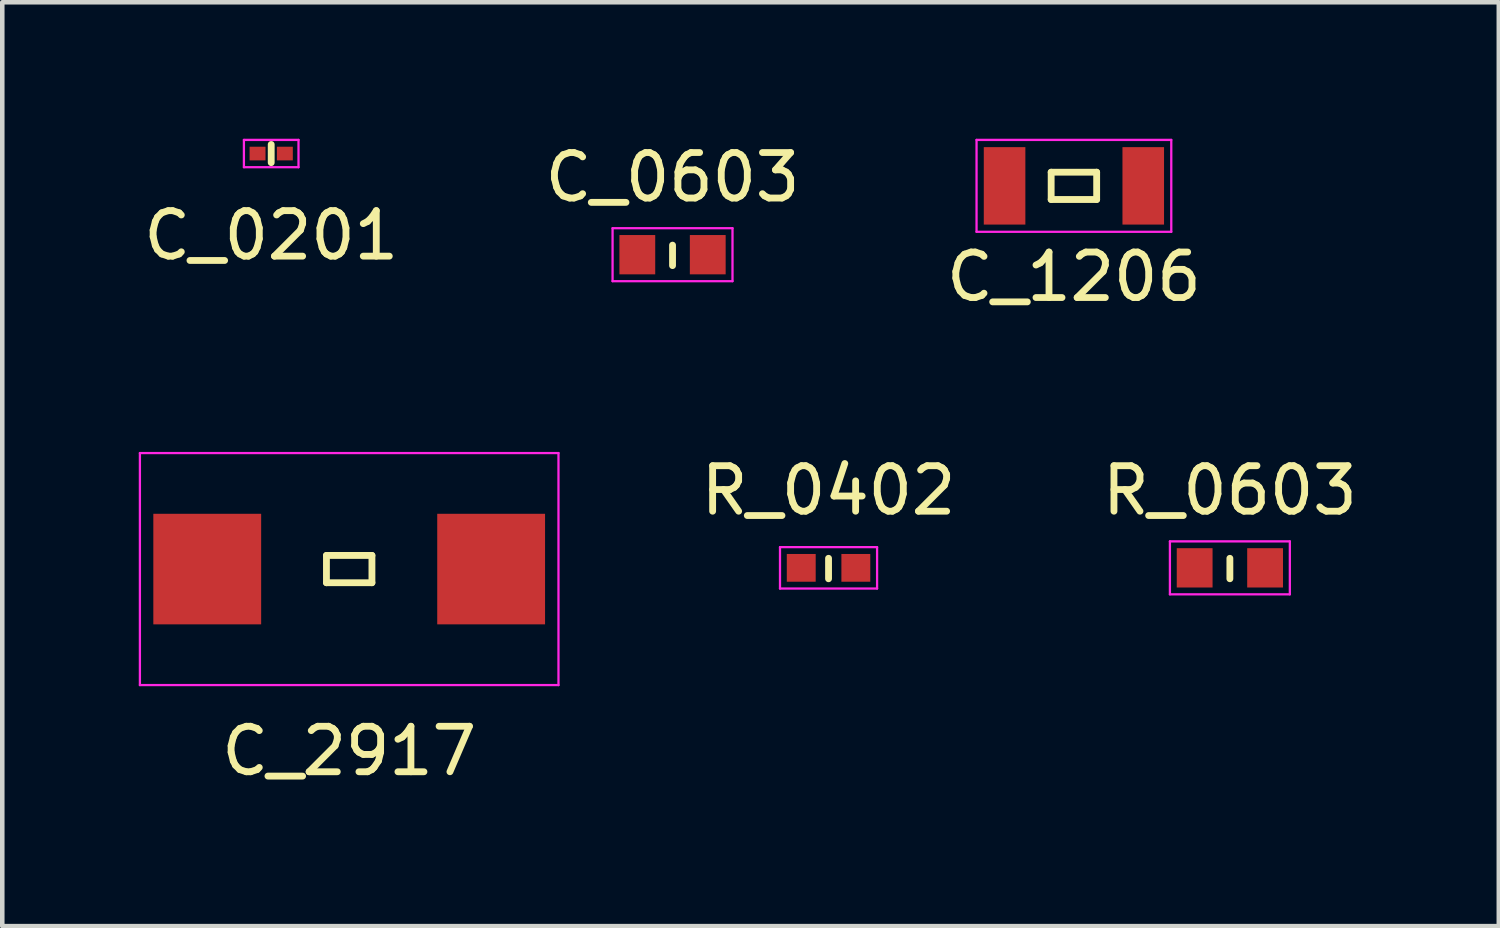
<source format=kicad_pcb>
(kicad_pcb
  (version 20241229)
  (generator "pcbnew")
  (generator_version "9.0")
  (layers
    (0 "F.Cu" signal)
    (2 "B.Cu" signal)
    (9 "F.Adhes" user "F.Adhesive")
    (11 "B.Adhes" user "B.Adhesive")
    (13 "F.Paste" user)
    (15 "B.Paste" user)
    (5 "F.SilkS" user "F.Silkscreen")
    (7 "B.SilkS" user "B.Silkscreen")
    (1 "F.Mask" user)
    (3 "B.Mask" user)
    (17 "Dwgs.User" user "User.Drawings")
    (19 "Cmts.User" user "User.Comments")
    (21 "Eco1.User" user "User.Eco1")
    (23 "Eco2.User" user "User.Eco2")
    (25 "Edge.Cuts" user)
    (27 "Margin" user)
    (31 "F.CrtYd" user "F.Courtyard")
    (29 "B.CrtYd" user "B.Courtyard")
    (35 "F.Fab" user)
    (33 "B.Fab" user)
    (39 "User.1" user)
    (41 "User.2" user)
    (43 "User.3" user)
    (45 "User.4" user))
  (footprint "R_0603"
    (layer "F.Cu")
    (at 23.982 9.431)
    (property "Reference" "R_0603" (at 0 -1.7 0) (layer "F.SilkS") (effects (font (size 1 1) (thickness 0.15))))
    (attr smd)
    (fp_line (start 0 -0.21) (end 0 0.24) (stroke (width 0.15) (type solid)) (layer "F.SilkS"))
    (fp_line (start -1.318 -0.582) (end -1.318 0.582) (stroke (width 0.05) (type solid)) (layer "F.CrtYd"))
    (fp_line (start -1.318 -0.582) (end 1.318 -0.582) (stroke (width 0.05) (type solid)) (layer "F.CrtYd"))
    (fp_line (start -1.318 0.582) (end 1.318 0.582) (stroke (width 0.05) (type solid)) (layer "F.CrtYd"))
    (fp_line (start 1.318 -0.582) (end 1.318 0.582) (stroke (width 0.05) (type solid)) (layer "F.CrtYd"))
    (pad "1" smd rect (at -0.774 0) (size 0.787 0.864) (layers "F.Cu" "F.Mask" "F.Paste"))
    (pad "2" smd rect (at 0.774 0) (size 0.787 0.864) (layers "F.Cu" "F.Mask" "F.Paste")))
  (footprint "R_0402"
    (layer "F.Cu")
    (at 15.161 9.431)
    (property "Reference" "R_0402" (at 0 -1.7 0) (layer "F.SilkS") (effects (font (size 1 1) (thickness 0.15))))
    (attr smd)
    (fp_line (start 0 -0.21) (end 0 0.24) (stroke (width 0.15) (type solid)) (layer "F.SilkS"))
    (fp_line (start -1.067 -0.455) (end -1.067 0.455) (stroke (width 0.05) (type solid)) (layer "F.CrtYd"))
    (fp_line (start -1.067 -0.455) (end 1.067 -0.455) (stroke (width 0.05) (type solid)) (layer "F.CrtYd"))
    (fp_line (start -1.067 0.455) (end 1.067 0.455) (stroke (width 0.05) (type solid)) (layer "F.CrtYd"))
    (fp_line (start 1.067 -0.455) (end 1.067 0.455) (stroke (width 0.05) (type solid)) (layer "F.CrtYd"))
    (pad "1" smd rect (at -0.6 0) (size 0.635 0.61) (layers "F.Cu" "F.Mask" "F.Paste"))
    (pad "2" smd rect (at 0.6 0) (size 0.635 0.61) (layers "F.Cu" "F.Mask" "F.Paste")))
  (footprint "C_0603"
    (layer "F.Cu")
    (at 11.732 2.548)
    (property "Reference" "C_0603" (at 0 -1.7 0) (layer "F.SilkS") (effects (font (size 1 1) (thickness 0.15))))
    (attr smd)
    (fp_line (start 0 -0.21) (end 0 0.24) (stroke (width 0.15) (type solid)) (layer "F.SilkS"))
    (fp_line (start -1.318 -0.582) (end -1.318 0.582) (stroke (width 0.05) (type solid)) (layer "F.CrtYd"))
    (fp_line (start -1.318 -0.582) (end 1.318 -0.582) (stroke (width 0.05) (type solid)) (layer "F.CrtYd"))
    (fp_line (start -1.318 0.582) (end 1.318 0.582) (stroke (width 0.05) (type solid)) (layer "F.CrtYd"))
    (fp_line (start 1.318 -0.582) (end 1.318 0.582) (stroke (width 0.05) (type solid)) (layer "F.CrtYd"))
    (pad "1" smd rect (at -0.774 0) (size 0.787 0.864) (layers "F.Cu" "F.Mask" "F.Paste"))
    (pad "2" smd rect (at 0.774 0) (size 0.787 0.864) (layers "F.Cu" "F.Mask" "F.Paste")))
  (footprint "C_2917"
    (layer "F.Cu")
    (at 4.625 9.458)
    (property "Reference" "C_2917" (at 0 4 0) (layer "F.SilkS") (effects (font (size 1 1) (thickness 0.15))))
    (attr smd)
    (fp_line (start -0.5 -0.3) (end -0.5 0.3) (stroke (width 0.15) (type solid)) (layer "F.SilkS"))
    (fp_line (start -0.5 -0.3) (end 0.5 -0.3) (stroke (width 0.15) (type solid)) (layer "F.SilkS"))
    (fp_line (start -0.5 0.3) (end 0.5 0.3) (stroke (width 0.15) (type solid)) (layer "F.SilkS"))
    (fp_line (start 0.5 -0.3) (end 0.5 0.3) (stroke (width 0.15) (type solid)) (layer "F.SilkS"))
    (fp_line (start -4.6 -2.55) (end -4.6 2.55) (stroke (width 0.05) (type solid)) (layer "F.CrtYd"))
    (fp_line (start -4.6 -2.55) (end 4.6 -2.55) (stroke (width 0.05) (type solid)) (layer "F.CrtYd"))
    (fp_line (start -4.6 2.55) (end 4.6 2.55) (stroke (width 0.05) (type solid)) (layer "F.CrtYd"))
    (fp_line (start 4.6 -2.55) (end 4.6 2.55) (stroke (width 0.05) (type solid)) (layer "F.CrtYd"))
    (pad "1" smd rect (at -3.12 0) (size 2.37 2.43) (layers "F.Cu" "F.Mask" "F.Paste"))
    (pad "2" smd rect (at 3.12 0) (size 2.37 2.43) (layers "F.Cu" "F.Mask" "F.Paste")))
  (footprint "C_1206"
    (layer "F.Cu")
    (at 20.554 1.035)
    (property "Reference" "C_1206" (at 0 2 0) (layer "F.SilkS") (effects (font (size 1 1) (thickness 0.15))))
    (attr smd)
    (fp_line (start -0.5 -0.3) (end -0.5 0.3) (stroke (width 0.15) (type solid)) (layer "F.SilkS"))
    (fp_line (start -0.5 -0.3) (end 0.5 -0.3) (stroke (width 0.15) (type solid)) (layer "F.SilkS"))
    (fp_line (start -0.5 0.3) (end 0.5 0.3) (stroke (width 0.15) (type solid)) (layer "F.SilkS"))
    (fp_line (start 0.5 -0.3) (end 0.5 0.3) (stroke (width 0.15) (type solid)) (layer "F.SilkS"))
    (fp_line (start -2.14 -1.01) (end -2.14 1.01) (stroke (width 0.05) (type solid)) (layer "F.CrtYd"))
    (fp_line (start -2.14 -1.01) (end 2.14 -1.01) (stroke (width 0.05) (type solid)) (layer "F.CrtYd"))
    (fp_line (start -2.14 1.01) (end 2.14 1.01) (stroke (width 0.05) (type solid)) (layer "F.CrtYd"))
    (fp_line (start 2.14 -1.01) (end 2.14 1.01) (stroke (width 0.05) (type solid)) (layer "F.CrtYd"))
    (pad "1" smd rect (at -1.524 0) (size 0.914 1.702) (layers "F.Cu" "F.Mask" "F.Paste"))
    (pad "2" smd rect (at 1.524 0) (size 0.914 1.702) (layers "F.Cu" "F.Mask" "F.Paste")))
  (footprint "C_0201"
    (layer "F.Cu")
    (at 2.911 0.325)
    (property "Reference" "C_0201" (at 0 1.8 0) (layer "F.SilkS") (effects (font (size 1 1) (thickness 0.15))))
    (attr smd)
    (fp_line (start 0 -0.2) (end 0 0.2) (stroke (width 0.15) (type solid)) (layer "F.SilkS"))
    (fp_line (start -0.6 -0.3) (end -0.6 0.3) (stroke (width 0.05) (type solid)) (layer "F.CrtYd"))
    (fp_line (start -0.6 -0.3) (end 0.6 -0.3) (stroke (width 0.05) (type solid)) (layer "F.CrtYd"))
    (fp_line (start -0.6 0.3) (end 0.6 0.3) (stroke (width 0.05) (type solid)) (layer "F.CrtYd"))
    (fp_line (start 0.6 -0.3) (end 0.6 0.3) (stroke (width 0.05) (type solid)) (layer "F.CrtYd"))
    (pad "1" smd rect (at -0.3 0) (size 0.35 0.3) (layers "F.Cu" "F.Mask" "F.Paste"))
    (pad "2" smd rect (at 0.3 0) (size 0.35 0.3) (layers "F.Cu" "F.Mask" "F.Paste")))
  (gr_rect
    (start -3 -3)
    (end 29.893 17.306)
    (stroke (width 0.1) (type default))
    (fill no)
    (layer "Edge.Cuts")))
</source>
